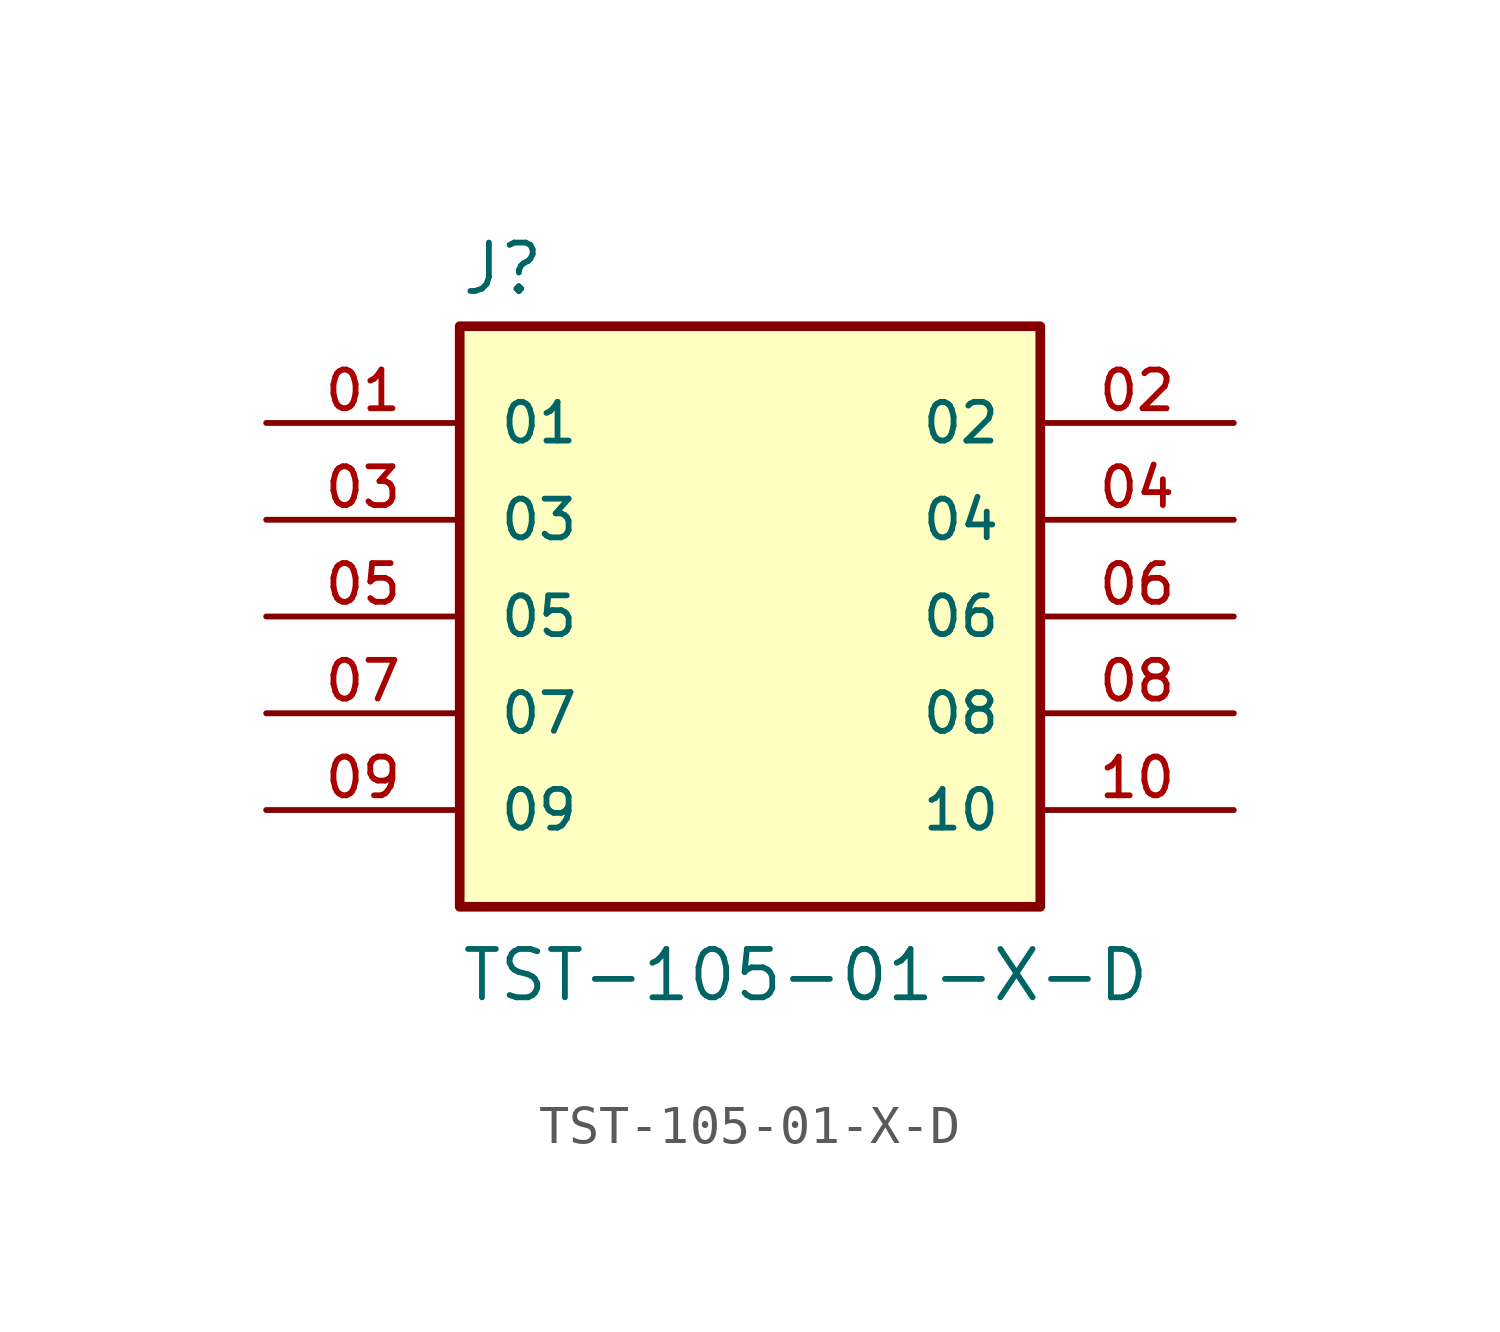
<source format=kicad_sym>
(kicad_symbol_lib
  (version 20211014)
  (generator kicad_symbol_editor)
  (symbol "TST-105-01-X-D"
    (pin_names
      (offset 1.016))
    (property "Reference" "J"
      (at -7.62 8.382 0)
      (effects (font (size 1.27 1.27)) (justify bottom left)))
    (property "Value" "TST-105-01-X-D"
      (at -7.62 -10.16 0)
      (effects (font (size 1.27 1.27)) (justify bottom left)))
    (symbol "TST-105-01-X-D_0_0"
      (rectangle (start -7.62 -7.62) (end 7.62 7.62) (stroke (width 0.254)) (fill (type background)))
      (pin passive line (at -12.7 5.08 0) (length 5.08) (name "01" (effects (font (size 1.016 1.016)))) (number "01" (effects (font (size 1.016 1.016)))))
      (pin passive line (at 12.7 5.08 180.0) (length 5.08) (name "02" (effects (font (size 1.016 1.016)))) (number "02" (effects (font (size 1.016 1.016)))))
      (pin passive line (at -12.7 2.54 0) (length 5.08) (name "03" (effects (font (size 1.016 1.016)))) (number "03" (effects (font (size 1.016 1.016)))))
      (pin passive line (at 12.7 2.54 180.0) (length 5.08) (name "04" (effects (font (size 1.016 1.016)))) (number "04" (effects (font (size 1.016 1.016)))))
      (pin passive line (at -12.7 0.0 0) (length 5.08) (name "05" (effects (font (size 1.016 1.016)))) (number "05" (effects (font (size 1.016 1.016)))))
      (pin passive line (at 12.7 0.0 180.0) (length 5.08) (name "06" (effects (font (size 1.016 1.016)))) (number "06" (effects (font (size 1.016 1.016)))))
      (pin passive line (at -12.7 -2.54 0) (length 5.08) (name "07" (effects (font (size 1.016 1.016)))) (number "07" (effects (font (size 1.016 1.016)))))
      (pin passive line (at 12.7 -2.54 180.0) (length 5.08) (name "08" (effects (font (size 1.016 1.016)))) (number "08" (effects (font (size 1.016 1.016)))))
      (pin passive line (at -12.7 -5.08 0) (length 5.08) (name "09" (effects (font (size 1.016 1.016)))) (number "09" (effects (font (size 1.016 1.016)))))
      (pin passive line (at 12.7 -5.08 180.0) (length 5.08) (name "10" (effects (font (size 1.016 1.016)))) (number "10" (effects (font (size 1.016 1.016))))))))
</source>
